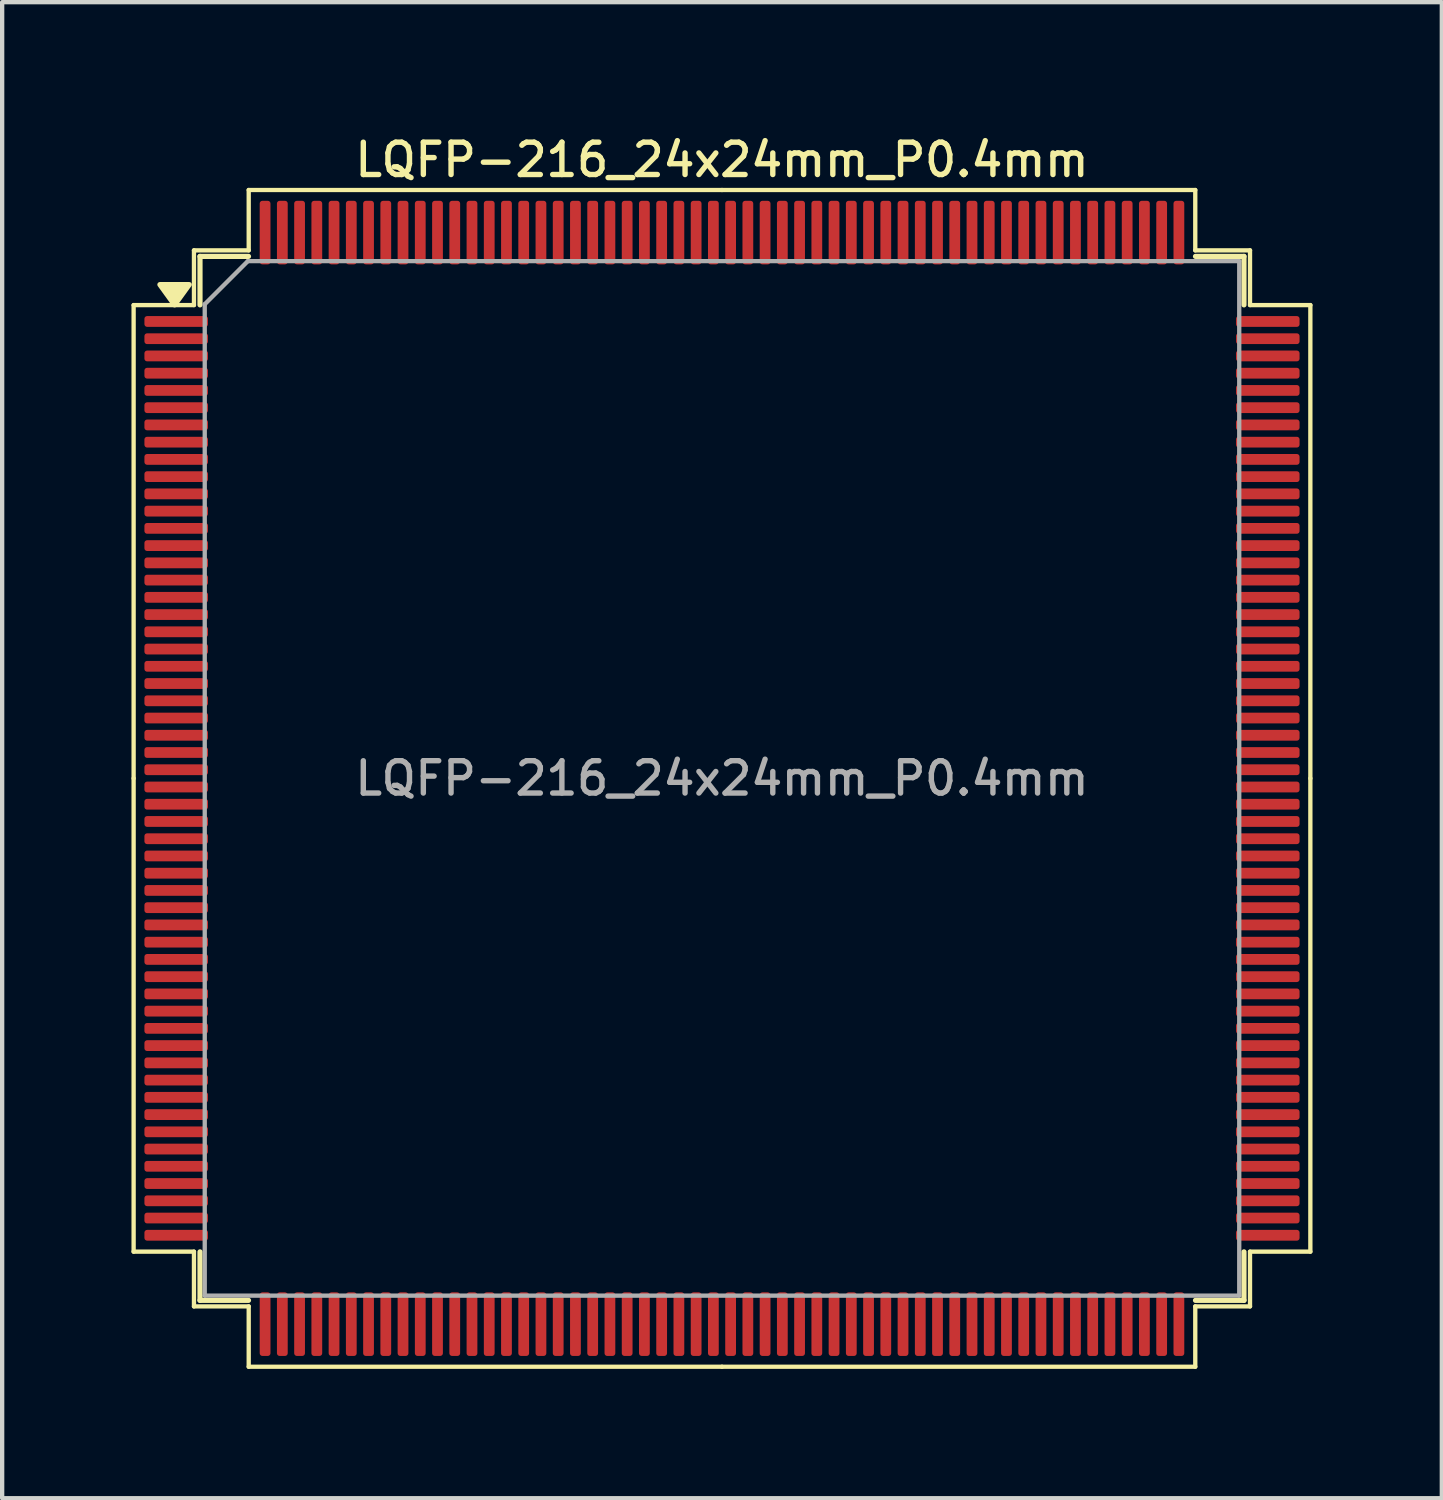
<source format=kicad_pcb>
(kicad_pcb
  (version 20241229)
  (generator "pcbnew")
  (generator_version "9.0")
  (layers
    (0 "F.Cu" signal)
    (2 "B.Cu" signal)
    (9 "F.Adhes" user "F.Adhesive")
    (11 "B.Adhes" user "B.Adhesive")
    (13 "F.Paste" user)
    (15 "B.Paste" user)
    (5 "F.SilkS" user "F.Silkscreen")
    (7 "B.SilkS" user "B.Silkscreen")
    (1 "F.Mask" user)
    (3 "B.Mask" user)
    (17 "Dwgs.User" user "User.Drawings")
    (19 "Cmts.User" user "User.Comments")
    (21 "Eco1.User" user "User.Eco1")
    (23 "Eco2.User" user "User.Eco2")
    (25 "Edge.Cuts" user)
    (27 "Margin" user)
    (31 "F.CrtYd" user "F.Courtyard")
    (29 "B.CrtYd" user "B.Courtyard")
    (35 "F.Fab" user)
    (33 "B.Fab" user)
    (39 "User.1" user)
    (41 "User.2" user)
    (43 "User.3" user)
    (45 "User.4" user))
  (footprint "LQFP-216_24x24mm_P0.4mm"
    (layer "F.Cu")
    (at 13.7 15.008)
    (property "Reference" "LQFP-216_24x24mm_P0.4mm" (at 0 -14.35 0) (layer "F.SilkS") (effects (font (size 0.75 0.75) (thickness 0.125))))
    (attr smd)
    (fp_line (start -13.65 -10.98) (end -13.65 0) (stroke (width 0.1) (type solid)) (layer "F.SilkS"))
    (fp_line (start -13.65 10.98) (end -13.65 0) (stroke (width 0.1) (type solid)) (layer "F.SilkS"))
    (fp_line (start -12.25 -12.25) (end -12.25 -10.98) (stroke (width 0.1) (type solid)) (layer "F.SilkS"))
    (fp_line (start -12.25 -10.98) (end -13.65 -10.98) (stroke (width 0.1) (type solid)) (layer "F.SilkS"))
    (fp_line (start -12.25 10.98) (end -13.65 10.98) (stroke (width 0.1) (type solid)) (layer "F.SilkS"))
    (fp_line (start -12.25 12.25) (end -12.25 10.98) (stroke (width 0.1) (type solid)) (layer "F.SilkS"))
    (fp_line (start -12.11 -12.11) (end -12.11 -10.985) (stroke (width 0.12) (type solid)) (layer "F.SilkS"))
    (fp_line (start -12.11 12.11) (end -12.11 10.985) (stroke (width 0.12) (type solid)) (layer "F.SilkS"))
    (fp_line (start -10.985 -12.11) (end -12.11 -12.11) (stroke (width 0.12) (type solid)) (layer "F.SilkS"))
    (fp_line (start -10.985 12.11) (end -12.11 12.11) (stroke (width 0.12) (type solid)) (layer "F.SilkS"))
    (fp_line (start -10.98 -13.65) (end -10.98 -12.25) (stroke (width 0.1) (type solid)) (layer "F.SilkS"))
    (fp_line (start -10.98 -12.25) (end -12.25 -12.25) (stroke (width 0.1) (type solid)) (layer "F.SilkS"))
    (fp_line (start -10.98 12.25) (end -12.25 12.25) (stroke (width 0.1) (type solid)) (layer "F.SilkS"))
    (fp_line (start -10.98 13.65) (end -10.98 12.25) (stroke (width 0.1) (type solid)) (layer "F.SilkS"))
    (fp_line (start 0 -13.65) (end -10.98 -13.65) (stroke (width 0.1) (type solid)) (layer "F.SilkS"))
    (fp_line (start 0 -13.65) (end 10.98 -13.65) (stroke (width 0.1) (type solid)) (layer "F.SilkS"))
    (fp_line (start 0 13.65) (end -10.98 13.65) (stroke (width 0.1) (type solid)) (layer "F.SilkS"))
    (fp_line (start 0 13.65) (end 10.98 13.65) (stroke (width 0.1) (type solid)) (layer "F.SilkS"))
    (fp_line (start 10.98 -13.65) (end 10.98 -12.25) (stroke (width 0.1) (type solid)) (layer "F.SilkS"))
    (fp_line (start 10.98 -12.25) (end 12.25 -12.25) (stroke (width 0.1) (type solid)) (layer "F.SilkS"))
    (fp_line (start 10.98 12.25) (end 12.25 12.25) (stroke (width 0.1) (type solid)) (layer "F.SilkS"))
    (fp_line (start 10.98 13.65) (end 10.98 12.25) (stroke (width 0.1) (type solid)) (layer "F.SilkS"))
    (fp_line (start 10.985 -12.11) (end 12.11 -12.11) (stroke (width 0.12) (type solid)) (layer "F.SilkS"))
    (fp_line (start 10.985 12.11) (end 12.11 12.11) (stroke (width 0.12) (type solid)) (layer "F.SilkS"))
    (fp_line (start 12.11 -12.11) (end 12.11 -10.985) (stroke (width 0.12) (type solid)) (layer "F.SilkS"))
    (fp_line (start 12.11 12.11) (end 12.11 10.985) (stroke (width 0.12) (type solid)) (layer "F.SilkS"))
    (fp_line (start 12.25 -12.25) (end 12.25 -10.98) (stroke (width 0.1) (type solid)) (layer "F.SilkS"))
    (fp_line (start 12.25 -10.98) (end 13.65 -10.98) (stroke (width 0.1) (type solid)) (layer "F.SilkS"))
    (fp_line (start 12.25 10.98) (end 13.65 10.98) (stroke (width 0.1) (type solid)) (layer "F.SilkS"))
    (fp_line (start 12.25 12.25) (end 12.25 10.98) (stroke (width 0.1) (type solid)) (layer "F.SilkS"))
    (fp_line (start 13.65 -10.98) (end 13.65 0) (stroke (width 0.1) (type solid)) (layer "F.SilkS"))
    (fp_line (start 13.65 10.98) (end 13.65 0) (stroke (width 0.1) (type solid)) (layer "F.SilkS"))
    (fp_poly (pts (xy -12.7 -10.985) (xy -13.04 -11.455) (xy -12.36 -11.455) (xy -12.7 -10.985)) (stroke (width 0.12) (type solid)) (fill yes) (layer "F.SilkS"))
    (fp_line (start -12 -11) (end -11 -12) (stroke (width 0.1) (type solid)) (layer "F.Fab"))
    (fp_line (start -12 12) (end -12 -11) (stroke (width 0.1) (type solid)) (layer "F.Fab"))
    (fp_line (start -11 -12) (end 12 -12) (stroke (width 0.1) (type solid)) (layer "F.Fab"))
    (fp_line (start 12 -12) (end 12 12) (stroke (width 0.1) (type solid)) (layer "F.Fab"))
    (fp_line (start 12 12) (end -12 12) (stroke (width 0.1) (type solid)) (layer "F.Fab"))
    (fp_text user "${REFERENCE}" (at 0 0 0) (layer "F.Fab") (effects (font (size 0.75 0.75) (thickness 0.125))))
    (pad "1" smd roundrect (at -12.662 -10.6) (size 1.475 0.25) (layers "F.Cu" "F.Mask" "F.Paste") (roundrect_rratio 0.25))
    (pad "2" smd roundrect (at -12.662 -10.2) (size 1.475 0.25) (layers "F.Cu" "F.Mask" "F.Paste") (roundrect_rratio 0.25))
    (pad "3" smd roundrect (at -12.662 -9.8) (size 1.475 0.25) (layers "F.Cu" "F.Mask" "F.Paste") (roundrect_rratio 0.25))
    (pad "4" smd roundrect (at -12.662 -9.4) (size 1.475 0.25) (layers "F.Cu" "F.Mask" "F.Paste") (roundrect_rratio 0.25))
    (pad "5" smd roundrect (at -12.662 -9) (size 1.475 0.25) (layers "F.Cu" "F.Mask" "F.Paste") (roundrect_rratio 0.25))
    (pad "6" smd roundrect (at -12.662 -8.6) (size 1.475 0.25) (layers "F.Cu" "F.Mask" "F.Paste") (roundrect_rratio 0.25))
    (pad "7" smd roundrect (at -12.662 -8.2) (size 1.475 0.25) (layers "F.Cu" "F.Mask" "F.Paste") (roundrect_rratio 0.25))
    (pad "8" smd roundrect (at -12.662 -7.8) (size 1.475 0.25) (layers "F.Cu" "F.Mask" "F.Paste") (roundrect_rratio 0.25))
    (pad "9" smd roundrect (at -12.662 -7.4) (size 1.475 0.25) (layers "F.Cu" "F.Mask" "F.Paste") (roundrect_rratio 0.25))
    (pad "10" smd roundrect (at -12.662 -7) (size 1.475 0.25) (layers "F.Cu" "F.Mask" "F.Paste") (roundrect_rratio 0.25))
    (pad "11" smd roundrect (at -12.662 -6.6) (size 1.475 0.25) (layers "F.Cu" "F.Mask" "F.Paste") (roundrect_rratio 0.25))
    (pad "12" smd roundrect (at -12.662 -6.2) (size 1.475 0.25) (layers "F.Cu" "F.Mask" "F.Paste") (roundrect_rratio 0.25))
    (pad "13" smd roundrect (at -12.662 -5.8) (size 1.475 0.25) (layers "F.Cu" "F.Mask" "F.Paste") (roundrect_rratio 0.25))
    (pad "14" smd roundrect (at -12.662 -5.4) (size 1.475 0.25) (layers "F.Cu" "F.Mask" "F.Paste") (roundrect_rratio 0.25))
    (pad "15" smd roundrect (at -12.662 -5) (size 1.475 0.25) (layers "F.Cu" "F.Mask" "F.Paste") (roundrect_rratio 0.25))
    (pad "16" smd roundrect (at -12.662 -4.6) (size 1.475 0.25) (layers "F.Cu" "F.Mask" "F.Paste") (roundrect_rratio 0.25))
    (pad "17" smd roundrect (at -12.662 -4.2) (size 1.475 0.25) (layers "F.Cu" "F.Mask" "F.Paste") (roundrect_rratio 0.25))
    (pad "18" smd roundrect (at -12.662 -3.8) (size 1.475 0.25) (layers "F.Cu" "F.Mask" "F.Paste") (roundrect_rratio 0.25))
    (pad "19" smd roundrect (at -12.662 -3.4) (size 1.475 0.25) (layers "F.Cu" "F.Mask" "F.Paste") (roundrect_rratio 0.25))
    (pad "20" smd roundrect (at -12.662 -3) (size 1.475 0.25) (layers "F.Cu" "F.Mask" "F.Paste") (roundrect_rratio 0.25))
    (pad "21" smd roundrect (at -12.662 -2.6) (size 1.475 0.25) (layers "F.Cu" "F.Mask" "F.Paste") (roundrect_rratio 0.25))
    (pad "22" smd roundrect (at -12.662 -2.2) (size 1.475 0.25) (layers "F.Cu" "F.Mask" "F.Paste") (roundrect_rratio 0.25))
    (pad "23" smd roundrect (at -12.662 -1.8) (size 1.475 0.25) (layers "F.Cu" "F.Mask" "F.Paste") (roundrect_rratio 0.25))
    (pad "24" smd roundrect (at -12.662 -1.4) (size 1.475 0.25) (layers "F.Cu" "F.Mask" "F.Paste") (roundrect_rratio 0.25))
    (pad "25" smd roundrect (at -12.662 -1) (size 1.475 0.25) (layers "F.Cu" "F.Mask" "F.Paste") (roundrect_rratio 0.25))
    (pad "26" smd roundrect (at -12.662 -0.6) (size 1.475 0.25) (layers "F.Cu" "F.Mask" "F.Paste") (roundrect_rratio 0.25))
    (pad "27" smd roundrect (at -12.662 -0.2) (size 1.475 0.25) (layers "F.Cu" "F.Mask" "F.Paste") (roundrect_rratio 0.25))
    (pad "28" smd roundrect (at -12.662 0.2) (size 1.475 0.25) (layers "F.Cu" "F.Mask" "F.Paste") (roundrect_rratio 0.25))
    (pad "29" smd roundrect (at -12.662 0.6) (size 1.475 0.25) (layers "F.Cu" "F.Mask" "F.Paste") (roundrect_rratio 0.25))
    (pad "30" smd roundrect (at -12.662 1) (size 1.475 0.25) (layers "F.Cu" "F.Mask" "F.Paste") (roundrect_rratio 0.25))
    (pad "31" smd roundrect (at -12.662 1.4) (size 1.475 0.25) (layers "F.Cu" "F.Mask" "F.Paste") (roundrect_rratio 0.25))
    (pad "32" smd roundrect (at -12.662 1.8) (size 1.475 0.25) (layers "F.Cu" "F.Mask" "F.Paste") (roundrect_rratio 0.25))
    (pad "33" smd roundrect (at -12.662 2.2) (size 1.475 0.25) (layers "F.Cu" "F.Mask" "F.Paste") (roundrect_rratio 0.25))
    (pad "34" smd roundrect (at -12.662 2.6) (size 1.475 0.25) (layers "F.Cu" "F.Mask" "F.Paste") (roundrect_rratio 0.25))
    (pad "35" smd roundrect (at -12.662 3) (size 1.475 0.25) (layers "F.Cu" "F.Mask" "F.Paste") (roundrect_rratio 0.25))
    (pad "36" smd roundrect (at -12.662 3.4) (size 1.475 0.25) (layers "F.Cu" "F.Mask" "F.Paste") (roundrect_rratio 0.25))
    (pad "37" smd roundrect (at -12.662 3.8) (size 1.475 0.25) (layers "F.Cu" "F.Mask" "F.Paste") (roundrect_rratio 0.25))
    (pad "38" smd roundrect (at -12.662 4.2) (size 1.475 0.25) (layers "F.Cu" "F.Mask" "F.Paste") (roundrect_rratio 0.25))
    (pad "39" smd roundrect (at -12.662 4.6) (size 1.475 0.25) (layers "F.Cu" "F.Mask" "F.Paste") (roundrect_rratio 0.25))
    (pad "40" smd roundrect (at -12.662 5) (size 1.475 0.25) (layers "F.Cu" "F.Mask" "F.Paste") (roundrect_rratio 0.25))
    (pad "41" smd roundrect (at -12.662 5.4) (size 1.475 0.25) (layers "F.Cu" "F.Mask" "F.Paste") (roundrect_rratio 0.25))
    (pad "42" smd roundrect (at -12.662 5.8) (size 1.475 0.25) (layers "F.Cu" "F.Mask" "F.Paste") (roundrect_rratio 0.25))
    (pad "43" smd roundrect (at -12.662 6.2) (size 1.475 0.25) (layers "F.Cu" "F.Mask" "F.Paste") (roundrect_rratio 0.25))
    (pad "44" smd roundrect (at -12.662 6.6) (size 1.475 0.25) (layers "F.Cu" "F.Mask" "F.Paste") (roundrect_rratio 0.25))
    (pad "45" smd roundrect (at -12.662 7) (size 1.475 0.25) (layers "F.Cu" "F.Mask" "F.Paste") (roundrect_rratio 0.25))
    (pad "46" smd roundrect (at -12.662 7.4) (size 1.475 0.25) (layers "F.Cu" "F.Mask" "F.Paste") (roundrect_rratio 0.25))
    (pad "47" smd roundrect (at -12.662 7.8) (size 1.475 0.25) (layers "F.Cu" "F.Mask" "F.Paste") (roundrect_rratio 0.25))
    (pad "48" smd roundrect (at -12.662 8.2) (size 1.475 0.25) (layers "F.Cu" "F.Mask" "F.Paste") (roundrect_rratio 0.25))
    (pad "49" smd roundrect (at -12.662 8.6) (size 1.475 0.25) (layers "F.Cu" "F.Mask" "F.Paste") (roundrect_rratio 0.25))
    (pad "50" smd roundrect (at -12.662 9) (size 1.475 0.25) (layers "F.Cu" "F.Mask" "F.Paste") (roundrect_rratio 0.25))
    (pad "51" smd roundrect (at -12.662 9.4) (size 1.475 0.25) (layers "F.Cu" "F.Mask" "F.Paste") (roundrect_rratio 0.25))
    (pad "52" smd roundrect (at -12.662 9.8) (size 1.475 0.25) (layers "F.Cu" "F.Mask" "F.Paste") (roundrect_rratio 0.25))
    (pad "53" smd roundrect (at -12.662 10.2) (size 1.475 0.25) (layers "F.Cu" "F.Mask" "F.Paste") (roundrect_rratio 0.25))
    (pad "54" smd roundrect (at -12.662 10.6) (size 1.475 0.25) (layers "F.Cu" "F.Mask" "F.Paste") (roundrect_rratio 0.25))
    (pad "55" smd roundrect (at -10.6 12.662) (size 0.25 1.475) (layers "F.Cu" "F.Mask" "F.Paste") (roundrect_rratio 0.25))
    (pad "56" smd roundrect (at -10.2 12.662) (size 0.25 1.475) (layers "F.Cu" "F.Mask" "F.Paste") (roundrect_rratio 0.25))
    (pad "57" smd roundrect (at -9.8 12.662) (size 0.25 1.475) (layers "F.Cu" "F.Mask" "F.Paste") (roundrect_rratio 0.25))
    (pad "58" smd roundrect (at -9.4 12.662) (size 0.25 1.475) (layers "F.Cu" "F.Mask" "F.Paste") (roundrect_rratio 0.25))
    (pad "59" smd roundrect (at -9 12.662) (size 0.25 1.475) (layers "F.Cu" "F.Mask" "F.Paste") (roundrect_rratio 0.25))
    (pad "60" smd roundrect (at -8.6 12.662) (size 0.25 1.475) (layers "F.Cu" "F.Mask" "F.Paste") (roundrect_rratio 0.25))
    (pad "61" smd roundrect (at -8.2 12.662) (size 0.25 1.475) (layers "F.Cu" "F.Mask" "F.Paste") (roundrect_rratio 0.25))
    (pad "62" smd roundrect (at -7.8 12.662) (size 0.25 1.475) (layers "F.Cu" "F.Mask" "F.Paste") (roundrect_rratio 0.25))
    (pad "63" smd roundrect (at -7.4 12.662) (size 0.25 1.475) (layers "F.Cu" "F.Mask" "F.Paste") (roundrect_rratio 0.25))
    (pad "64" smd roundrect (at -7 12.662) (size 0.25 1.475) (layers "F.Cu" "F.Mask" "F.Paste") (roundrect_rratio 0.25))
    (pad "65" smd roundrect (at -6.6 12.662) (size 0.25 1.475) (layers "F.Cu" "F.Mask" "F.Paste") (roundrect_rratio 0.25))
    (pad "66" smd roundrect (at -6.2 12.662) (size 0.25 1.475) (layers "F.Cu" "F.Mask" "F.Paste") (roundrect_rratio 0.25))
    (pad "67" smd roundrect (at -5.8 12.662) (size 0.25 1.475) (layers "F.Cu" "F.Mask" "F.Paste") (roundrect_rratio 0.25))
    (pad "68" smd roundrect (at -5.4 12.662) (size 0.25 1.475) (layers "F.Cu" "F.Mask" "F.Paste") (roundrect_rratio 0.25))
    (pad "69" smd roundrect (at -5 12.662) (size 0.25 1.475) (layers "F.Cu" "F.Mask" "F.Paste") (roundrect_rratio 0.25))
    (pad "70" smd roundrect (at -4.6 12.662) (size 0.25 1.475) (layers "F.Cu" "F.Mask" "F.Paste") (roundrect_rratio 0.25))
    (pad "71" smd roundrect (at -4.2 12.662) (size 0.25 1.475) (layers "F.Cu" "F.Mask" "F.Paste") (roundrect_rratio 0.25))
    (pad "72" smd roundrect (at -3.8 12.662) (size 0.25 1.475) (layers "F.Cu" "F.Mask" "F.Paste") (roundrect_rratio 0.25))
    (pad "73" smd roundrect (at -3.4 12.662) (size 0.25 1.475) (layers "F.Cu" "F.Mask" "F.Paste") (roundrect_rratio 0.25))
    (pad "74" smd roundrect (at -3 12.662) (size 0.25 1.475) (layers "F.Cu" "F.Mask" "F.Paste") (roundrect_rratio 0.25))
    (pad "75" smd roundrect (at -2.6 12.662) (size 0.25 1.475) (layers "F.Cu" "F.Mask" "F.Paste") (roundrect_rratio 0.25))
    (pad "76" smd roundrect (at -2.2 12.662) (size 0.25 1.475) (layers "F.Cu" "F.Mask" "F.Paste") (roundrect_rratio 0.25))
    (pad "77" smd roundrect (at -1.8 12.662) (size 0.25 1.475) (layers "F.Cu" "F.Mask" "F.Paste") (roundrect_rratio 0.25))
    (pad "78" smd roundrect (at -1.4 12.662) (size 0.25 1.475) (layers "F.Cu" "F.Mask" "F.Paste") (roundrect_rratio 0.25))
    (pad "79" smd roundrect (at -1 12.662) (size 0.25 1.475) (layers "F.Cu" "F.Mask" "F.Paste") (roundrect_rratio 0.25))
    (pad "80" smd roundrect (at -0.6 12.662) (size 0.25 1.475) (layers "F.Cu" "F.Mask" "F.Paste") (roundrect_rratio 0.25))
    (pad "81" smd roundrect (at -0.2 12.662) (size 0.25 1.475) (layers "F.Cu" "F.Mask" "F.Paste") (roundrect_rratio 0.25))
    (pad "82" smd roundrect (at 0.2 12.662) (size 0.25 1.475) (layers "F.Cu" "F.Mask" "F.Paste") (roundrect_rratio 0.25))
    (pad "83" smd roundrect (at 0.6 12.662) (size 0.25 1.475) (layers "F.Cu" "F.Mask" "F.Paste") (roundrect_rratio 0.25))
    (pad "84" smd roundrect (at 1 12.662) (size 0.25 1.475) (layers "F.Cu" "F.Mask" "F.Paste") (roundrect_rratio 0.25))
    (pad "85" smd roundrect (at 1.4 12.662) (size 0.25 1.475) (layers "F.Cu" "F.Mask" "F.Paste") (roundrect_rratio 0.25))
    (pad "86" smd roundrect (at 1.8 12.662) (size 0.25 1.475) (layers "F.Cu" "F.Mask" "F.Paste") (roundrect_rratio 0.25))
    (pad "87" smd roundrect (at 2.2 12.662) (size 0.25 1.475) (layers "F.Cu" "F.Mask" "F.Paste") (roundrect_rratio 0.25))
    (pad "88" smd roundrect (at 2.6 12.662) (size 0.25 1.475) (layers "F.Cu" "F.Mask" "F.Paste") (roundrect_rratio 0.25))
    (pad "89" smd roundrect (at 3 12.662) (size 0.25 1.475) (layers "F.Cu" "F.Mask" "F.Paste") (roundrect_rratio 0.25))
    (pad "90" smd roundrect (at 3.4 12.662) (size 0.25 1.475) (layers "F.Cu" "F.Mask" "F.Paste") (roundrect_rratio 0.25))
    (pad "91" smd roundrect (at 3.8 12.662) (size 0.25 1.475) (layers "F.Cu" "F.Mask" "F.Paste") (roundrect_rratio 0.25))
    (pad "92" smd roundrect (at 4.2 12.662) (size 0.25 1.475) (layers "F.Cu" "F.Mask" "F.Paste") (roundrect_rratio 0.25))
    (pad "93" smd roundrect (at 4.6 12.662) (size 0.25 1.475) (layers "F.Cu" "F.Mask" "F.Paste") (roundrect_rratio 0.25))
    (pad "94" smd roundrect (at 5 12.662) (size 0.25 1.475) (layers "F.Cu" "F.Mask" "F.Paste") (roundrect_rratio 0.25))
    (pad "95" smd roundrect (at 5.4 12.662) (size 0.25 1.475) (layers "F.Cu" "F.Mask" "F.Paste") (roundrect_rratio 0.25))
    (pad "96" smd roundrect (at 5.8 12.662) (size 0.25 1.475) (layers "F.Cu" "F.Mask" "F.Paste") (roundrect_rratio 0.25))
    (pad "97" smd roundrect (at 6.2 12.662) (size 0.25 1.475) (layers "F.Cu" "F.Mask" "F.Paste") (roundrect_rratio 0.25))
    (pad "98" smd roundrect (at 6.6 12.662) (size 0.25 1.475) (layers "F.Cu" "F.Mask" "F.Paste") (roundrect_rratio 0.25))
    (pad "99" smd roundrect (at 7 12.662) (size 0.25 1.475) (layers "F.Cu" "F.Mask" "F.Paste") (roundrect_rratio 0.25))
    (pad "100" smd roundrect (at 7.4 12.662) (size 0.25 1.475) (layers "F.Cu" "F.Mask" "F.Paste") (roundrect_rratio 0.25))
    (pad "101" smd roundrect (at 7.8 12.662) (size 0.25 1.475) (layers "F.Cu" "F.Mask" "F.Paste") (roundrect_rratio 0.25))
    (pad "102" smd roundrect (at 8.2 12.662) (size 0.25 1.475) (layers "F.Cu" "F.Mask" "F.Paste") (roundrect_rratio 0.25))
    (pad "103" smd roundrect (at 8.6 12.662) (size 0.25 1.475) (layers "F.Cu" "F.Mask" "F.Paste") (roundrect_rratio 0.25))
    (pad "104" smd roundrect (at 9 12.662) (size 0.25 1.475) (layers "F.Cu" "F.Mask" "F.Paste") (roundrect_rratio 0.25))
    (pad "105" smd roundrect (at 9.4 12.662) (size 0.25 1.475) (layers "F.Cu" "F.Mask" "F.Paste") (roundrect_rratio 0.25))
    (pad "106" smd roundrect (at 9.8 12.662) (size 0.25 1.475) (layers "F.Cu" "F.Mask" "F.Paste") (roundrect_rratio 0.25))
    (pad "107" smd roundrect (at 10.2 12.662) (size 0.25 1.475) (layers "F.Cu" "F.Mask" "F.Paste") (roundrect_rratio 0.25))
    (pad "108" smd roundrect (at 10.6 12.662) (size 0.25 1.475) (layers "F.Cu" "F.Mask" "F.Paste") (roundrect_rratio 0.25))
    (pad "109" smd roundrect (at 12.662 10.6) (size 1.475 0.25) (layers "F.Cu" "F.Mask" "F.Paste") (roundrect_rratio 0.25))
    (pad "110" smd roundrect (at 12.662 10.2) (size 1.475 0.25) (layers "F.Cu" "F.Mask" "F.Paste") (roundrect_rratio 0.25))
    (pad "111" smd roundrect (at 12.662 9.8) (size 1.475 0.25) (layers "F.Cu" "F.Mask" "F.Paste") (roundrect_rratio 0.25))
    (pad "112" smd roundrect (at 12.662 9.4) (size 1.475 0.25) (layers "F.Cu" "F.Mask" "F.Paste") (roundrect_rratio 0.25))
    (pad "113" smd roundrect (at 12.662 9) (size 1.475 0.25) (layers "F.Cu" "F.Mask" "F.Paste") (roundrect_rratio 0.25))
    (pad "114" smd roundrect (at 12.662 8.6) (size 1.475 0.25) (layers "F.Cu" "F.Mask" "F.Paste") (roundrect_rratio 0.25))
    (pad "115" smd roundrect (at 12.662 8.2) (size 1.475 0.25) (layers "F.Cu" "F.Mask" "F.Paste") (roundrect_rratio 0.25))
    (pad "116" smd roundrect (at 12.662 7.8) (size 1.475 0.25) (layers "F.Cu" "F.Mask" "F.Paste") (roundrect_rratio 0.25))
    (pad "117" smd roundrect (at 12.662 7.4) (size 1.475 0.25) (layers "F.Cu" "F.Mask" "F.Paste") (roundrect_rratio 0.25))
    (pad "118" smd roundrect (at 12.662 7) (size 1.475 0.25) (layers "F.Cu" "F.Mask" "F.Paste") (roundrect_rratio 0.25))
    (pad "119" smd roundrect (at 12.662 6.6) (size 1.475 0.25) (layers "F.Cu" "F.Mask" "F.Paste") (roundrect_rratio 0.25))
    (pad "120" smd roundrect (at 12.662 6.2) (size 1.475 0.25) (layers "F.Cu" "F.Mask" "F.Paste") (roundrect_rratio 0.25))
    (pad "121" smd roundrect (at 12.662 5.8) (size 1.475 0.25) (layers "F.Cu" "F.Mask" "F.Paste") (roundrect_rratio 0.25))
    (pad "122" smd roundrect (at 12.662 5.4) (size 1.475 0.25) (layers "F.Cu" "F.Mask" "F.Paste") (roundrect_rratio 0.25))
    (pad "123" smd roundrect (at 12.662 5) (size 1.475 0.25) (layers "F.Cu" "F.Mask" "F.Paste") (roundrect_rratio 0.25))
    (pad "124" smd roundrect (at 12.662 4.6) (size 1.475 0.25) (layers "F.Cu" "F.Mask" "F.Paste") (roundrect_rratio 0.25))
    (pad "125" smd roundrect (at 12.662 4.2) (size 1.475 0.25) (layers "F.Cu" "F.Mask" "F.Paste") (roundrect_rratio 0.25))
    (pad "126" smd roundrect (at 12.662 3.8) (size 1.475 0.25) (layers "F.Cu" "F.Mask" "F.Paste") (roundrect_rratio 0.25))
    (pad "127" smd roundrect (at 12.662 3.4) (size 1.475 0.25) (layers "F.Cu" "F.Mask" "F.Paste") (roundrect_rratio 0.25))
    (pad "128" smd roundrect (at 12.662 3) (size 1.475 0.25) (layers "F.Cu" "F.Mask" "F.Paste") (roundrect_rratio 0.25))
    (pad "129" smd roundrect (at 12.662 2.6) (size 1.475 0.25) (layers "F.Cu" "F.Mask" "F.Paste") (roundrect_rratio 0.25))
    (pad "130" smd roundrect (at 12.662 2.2) (size 1.475 0.25) (layers "F.Cu" "F.Mask" "F.Paste") (roundrect_rratio 0.25))
    (pad "131" smd roundrect (at 12.662 1.8) (size 1.475 0.25) (layers "F.Cu" "F.Mask" "F.Paste") (roundrect_rratio 0.25))
    (pad "132" smd roundrect (at 12.662 1.4) (size 1.475 0.25) (layers "F.Cu" "F.Mask" "F.Paste") (roundrect_rratio 0.25))
    (pad "133" smd roundrect (at 12.662 1) (size 1.475 0.25) (layers "F.Cu" "F.Mask" "F.Paste") (roundrect_rratio 0.25))
    (pad "134" smd roundrect (at 12.662 0.6) (size 1.475 0.25) (layers "F.Cu" "F.Mask" "F.Paste") (roundrect_rratio 0.25))
    (pad "135" smd roundrect (at 12.662 0.2) (size 1.475 0.25) (layers "F.Cu" "F.Mask" "F.Paste") (roundrect_rratio 0.25))
    (pad "136" smd roundrect (at 12.662 -0.2) (size 1.475 0.25) (layers "F.Cu" "F.Mask" "F.Paste") (roundrect_rratio 0.25))
    (pad "137" smd roundrect (at 12.662 -0.6) (size 1.475 0.25) (layers "F.Cu" "F.Mask" "F.Paste") (roundrect_rratio 0.25))
    (pad "138" smd roundrect (at 12.662 -1) (size 1.475 0.25) (layers "F.Cu" "F.Mask" "F.Paste") (roundrect_rratio 0.25))
    (pad "139" smd roundrect (at 12.662 -1.4) (size 1.475 0.25) (layers "F.Cu" "F.Mask" "F.Paste") (roundrect_rratio 0.25))
    (pad "140" smd roundrect (at 12.662 -1.8) (size 1.475 0.25) (layers "F.Cu" "F.Mask" "F.Paste") (roundrect_rratio 0.25))
    (pad "141" smd roundrect (at 12.662 -2.2) (size 1.475 0.25) (layers "F.Cu" "F.Mask" "F.Paste") (roundrect_rratio 0.25))
    (pad "142" smd roundrect (at 12.662 -2.6) (size 1.475 0.25) (layers "F.Cu" "F.Mask" "F.Paste") (roundrect_rratio 0.25))
    (pad "143" smd roundrect (at 12.662 -3) (size 1.475 0.25) (layers "F.Cu" "F.Mask" "F.Paste") (roundrect_rratio 0.25))
    (pad "144" smd roundrect (at 12.662 -3.4) (size 1.475 0.25) (layers "F.Cu" "F.Mask" "F.Paste") (roundrect_rratio 0.25))
    (pad "145" smd roundrect (at 12.662 -3.8) (size 1.475 0.25) (layers "F.Cu" "F.Mask" "F.Paste") (roundrect_rratio 0.25))
    (pad "146" smd roundrect (at 12.662 -4.2) (size 1.475 0.25) (layers "F.Cu" "F.Mask" "F.Paste") (roundrect_rratio 0.25))
    (pad "147" smd roundrect (at 12.662 -4.6) (size 1.475 0.25) (layers "F.Cu" "F.Mask" "F.Paste") (roundrect_rratio 0.25))
    (pad "148" smd roundrect (at 12.662 -5) (size 1.475 0.25) (layers "F.Cu" "F.Mask" "F.Paste") (roundrect_rratio 0.25))
    (pad "149" smd roundrect (at 12.662 -5.4) (size 1.475 0.25) (layers "F.Cu" "F.Mask" "F.Paste") (roundrect_rratio 0.25))
    (pad "150" smd roundrect (at 12.662 -5.8) (size 1.475 0.25) (layers "F.Cu" "F.Mask" "F.Paste") (roundrect_rratio 0.25))
    (pad "151" smd roundrect (at 12.662 -6.2) (size 1.475 0.25) (layers "F.Cu" "F.Mask" "F.Paste") (roundrect_rratio 0.25))
    (pad "152" smd roundrect (at 12.662 -6.6) (size 1.475 0.25) (layers "F.Cu" "F.Mask" "F.Paste") (roundrect_rratio 0.25))
    (pad "153" smd roundrect (at 12.662 -7) (size 1.475 0.25) (layers "F.Cu" "F.Mask" "F.Paste") (roundrect_rratio 0.25))
    (pad "154" smd roundrect (at 12.662 -7.4) (size 1.475 0.25) (layers "F.Cu" "F.Mask" "F.Paste") (roundrect_rratio 0.25))
    (pad "155" smd roundrect (at 12.662 -7.8) (size 1.475 0.25) (layers "F.Cu" "F.Mask" "F.Paste") (roundrect_rratio 0.25))
    (pad "156" smd roundrect (at 12.662 -8.2) (size 1.475 0.25) (layers "F.Cu" "F.Mask" "F.Paste") (roundrect_rratio 0.25))
    (pad "157" smd roundrect (at 12.662 -8.6) (size 1.475 0.25) (layers "F.Cu" "F.Mask" "F.Paste") (roundrect_rratio 0.25))
    (pad "158" smd roundrect (at 12.662 -9) (size 1.475 0.25) (layers "F.Cu" "F.Mask" "F.Paste") (roundrect_rratio 0.25))
    (pad "159" smd roundrect (at 12.662 -9.4) (size 1.475 0.25) (layers "F.Cu" "F.Mask" "F.Paste") (roundrect_rratio 0.25))
    (pad "160" smd roundrect (at 12.662 -9.8) (size 1.475 0.25) (layers "F.Cu" "F.Mask" "F.Paste") (roundrect_rratio 0.25))
    (pad "161" smd roundrect (at 12.662 -10.2) (size 1.475 0.25) (layers "F.Cu" "F.Mask" "F.Paste") (roundrect_rratio 0.25))
    (pad "162" smd roundrect (at 12.662 -10.6) (size 1.475 0.25) (layers "F.Cu" "F.Mask" "F.Paste") (roundrect_rratio 0.25))
    (pad "163" smd roundrect (at 10.6 -12.662) (size 0.25 1.475) (layers "F.Cu" "F.Mask" "F.Paste") (roundrect_rratio 0.25))
    (pad "164" smd roundrect (at 10.2 -12.662) (size 0.25 1.475) (layers "F.Cu" "F.Mask" "F.Paste") (roundrect_rratio 0.25))
    (pad "165" smd roundrect (at 9.8 -12.662) (size 0.25 1.475) (layers "F.Cu" "F.Mask" "F.Paste") (roundrect_rratio 0.25))
    (pad "166" smd roundrect (at 9.4 -12.662) (size 0.25 1.475) (layers "F.Cu" "F.Mask" "F.Paste") (roundrect_rratio 0.25))
    (pad "167" smd roundrect (at 9 -12.662) (size 0.25 1.475) (layers "F.Cu" "F.Mask" "F.Paste") (roundrect_rratio 0.25))
    (pad "168" smd roundrect (at 8.6 -12.662) (size 0.25 1.475) (layers "F.Cu" "F.Mask" "F.Paste") (roundrect_rratio 0.25))
    (pad "169" smd roundrect (at 8.2 -12.662) (size 0.25 1.475) (layers "F.Cu" "F.Mask" "F.Paste") (roundrect_rratio 0.25))
    (pad "170" smd roundrect (at 7.8 -12.662) (size 0.25 1.475) (layers "F.Cu" "F.Mask" "F.Paste") (roundrect_rratio 0.25))
    (pad "171" smd roundrect (at 7.4 -12.662) (size 0.25 1.475) (layers "F.Cu" "F.Mask" "F.Paste") (roundrect_rratio 0.25))
    (pad "172" smd roundrect (at 7 -12.662) (size 0.25 1.475) (layers "F.Cu" "F.Mask" "F.Paste") (roundrect_rratio 0.25))
    (pad "173" smd roundrect (at 6.6 -12.662) (size 0.25 1.475) (layers "F.Cu" "F.Mask" "F.Paste") (roundrect_rratio 0.25))
    (pad "174" smd roundrect (at 6.2 -12.662) (size 0.25 1.475) (layers "F.Cu" "F.Mask" "F.Paste") (roundrect_rratio 0.25))
    (pad "175" smd roundrect (at 5.8 -12.662) (size 0.25 1.475) (layers "F.Cu" "F.Mask" "F.Paste") (roundrect_rratio 0.25))
    (pad "176" smd roundrect (at 5.4 -12.662) (size 0.25 1.475) (layers "F.Cu" "F.Mask" "F.Paste") (roundrect_rratio 0.25))
    (pad "177" smd roundrect (at 5 -12.662) (size 0.25 1.475) (layers "F.Cu" "F.Mask" "F.Paste") (roundrect_rratio 0.25))
    (pad "178" smd roundrect (at 4.6 -12.662) (size 0.25 1.475) (layers "F.Cu" "F.Mask" "F.Paste") (roundrect_rratio 0.25))
    (pad "179" smd roundrect (at 4.2 -12.662) (size 0.25 1.475) (layers "F.Cu" "F.Mask" "F.Paste") (roundrect_rratio 0.25))
    (pad "180" smd roundrect (at 3.8 -12.662) (size 0.25 1.475) (layers "F.Cu" "F.Mask" "F.Paste") (roundrect_rratio 0.25))
    (pad "181" smd roundrect (at 3.4 -12.662) (size 0.25 1.475) (layers "F.Cu" "F.Mask" "F.Paste") (roundrect_rratio 0.25))
    (pad "182" smd roundrect (at 3 -12.662) (size 0.25 1.475) (layers "F.Cu" "F.Mask" "F.Paste") (roundrect_rratio 0.25))
    (pad "183" smd roundrect (at 2.6 -12.662) (size 0.25 1.475) (layers "F.Cu" "F.Mask" "F.Paste") (roundrect_rratio 0.25))
    (pad "184" smd roundrect (at 2.2 -12.662) (size 0.25 1.475) (layers "F.Cu" "F.Mask" "F.Paste") (roundrect_rratio 0.25))
    (pad "185" smd roundrect (at 1.8 -12.662) (size 0.25 1.475) (layers "F.Cu" "F.Mask" "F.Paste") (roundrect_rratio 0.25))
    (pad "186" smd roundrect (at 1.4 -12.662) (size 0.25 1.475) (layers "F.Cu" "F.Mask" "F.Paste") (roundrect_rratio 0.25))
    (pad "187" smd roundrect (at 1 -12.662) (size 0.25 1.475) (layers "F.Cu" "F.Mask" "F.Paste") (roundrect_rratio 0.25))
    (pad "188" smd roundrect (at 0.6 -12.662) (size 0.25 1.475) (layers "F.Cu" "F.Mask" "F.Paste") (roundrect_rratio 0.25))
    (pad "189" smd roundrect (at 0.2 -12.662) (size 0.25 1.475) (layers "F.Cu" "F.Mask" "F.Paste") (roundrect_rratio 0.25))
    (pad "190" smd roundrect (at -0.2 -12.662) (size 0.25 1.475) (layers "F.Cu" "F.Mask" "F.Paste") (roundrect_rratio 0.25))
    (pad "191" smd roundrect (at -0.6 -12.662) (size 0.25 1.475) (layers "F.Cu" "F.Mask" "F.Paste") (roundrect_rratio 0.25))
    (pad "192" smd roundrect (at -1 -12.662) (size 0.25 1.475) (layers "F.Cu" "F.Mask" "F.Paste") (roundrect_rratio 0.25))
    (pad "193" smd roundrect (at -1.4 -12.662) (size 0.25 1.475) (layers "F.Cu" "F.Mask" "F.Paste") (roundrect_rratio 0.25))
    (pad "194" smd roundrect (at -1.8 -12.662) (size 0.25 1.475) (layers "F.Cu" "F.Mask" "F.Paste") (roundrect_rratio 0.25))
    (pad "195" smd roundrect (at -2.2 -12.662) (size 0.25 1.475) (layers "F.Cu" "F.Mask" "F.Paste") (roundrect_rratio 0.25))
    (pad "196" smd roundrect (at -2.6 -12.662) (size 0.25 1.475) (layers "F.Cu" "F.Mask" "F.Paste") (roundrect_rratio 0.25))
    (pad "197" smd roundrect (at -3 -12.662) (size 0.25 1.475) (layers "F.Cu" "F.Mask" "F.Paste") (roundrect_rratio 0.25))
    (pad "198" smd roundrect (at -3.4 -12.662) (size 0.25 1.475) (layers "F.Cu" "F.Mask" "F.Paste") (roundrect_rratio 0.25))
    (pad "199" smd roundrect (at -3.8 -12.662) (size 0.25 1.475) (layers "F.Cu" "F.Mask" "F.Paste") (roundrect_rratio 0.25))
    (pad "200" smd roundrect (at -4.2 -12.662) (size 0.25 1.475) (layers "F.Cu" "F.Mask" "F.Paste") (roundrect_rratio 0.25))
    (pad "201" smd roundrect (at -4.6 -12.662) (size 0.25 1.475) (layers "F.Cu" "F.Mask" "F.Paste") (roundrect_rratio 0.25))
    (pad "202" smd roundrect (at -5 -12.662) (size 0.25 1.475) (layers "F.Cu" "F.Mask" "F.Paste") (roundrect_rratio 0.25))
    (pad "203" smd roundrect (at -5.4 -12.662) (size 0.25 1.475) (layers "F.Cu" "F.Mask" "F.Paste") (roundrect_rratio 0.25))
    (pad "204" smd roundrect (at -5.8 -12.662) (size 0.25 1.475) (layers "F.Cu" "F.Mask" "F.Paste") (roundrect_rratio 0.25))
    (pad "205" smd roundrect (at -6.2 -12.662) (size 0.25 1.475) (layers "F.Cu" "F.Mask" "F.Paste") (roundrect_rratio 0.25))
    (pad "206" smd roundrect (at -6.6 -12.662) (size 0.25 1.475) (layers "F.Cu" "F.Mask" "F.Paste") (roundrect_rratio 0.25))
    (pad "207" smd roundrect (at -7 -12.662) (size 0.25 1.475) (layers "F.Cu" "F.Mask" "F.Paste") (roundrect_rratio 0.25))
    (pad "208" smd roundrect (at -7.4 -12.662) (size 0.25 1.475) (layers "F.Cu" "F.Mask" "F.Paste") (roundrect_rratio 0.25))
    (pad "209" smd roundrect (at -7.8 -12.662) (size 0.25 1.475) (layers "F.Cu" "F.Mask" "F.Paste") (roundrect_rratio 0.25))
    (pad "210" smd roundrect (at -8.2 -12.662) (size 0.25 1.475) (layers "F.Cu" "F.Mask" "F.Paste") (roundrect_rratio 0.25))
    (pad "211" smd roundrect (at -8.6 -12.662) (size 0.25 1.475) (layers "F.Cu" "F.Mask" "F.Paste") (roundrect_rratio 0.25))
    (pad "212" smd roundrect (at -9 -12.662) (size 0.25 1.475) (layers "F.Cu" "F.Mask" "F.Paste") (roundrect_rratio 0.25))
    (pad "213" smd roundrect (at -9.4 -12.662) (size 0.25 1.475) (layers "F.Cu" "F.Mask" "F.Paste") (roundrect_rratio 0.25))
    (pad "214" smd roundrect (at -9.8 -12.662) (size 0.25 1.475) (layers "F.Cu" "F.Mask" "F.Paste") (roundrect_rratio 0.25))
    (pad "215" smd roundrect (at -10.2 -12.662) (size 0.25 1.475) (layers "F.Cu" "F.Mask" "F.Paste") (roundrect_rratio 0.25))
    (pad "216" smd roundrect (at -10.6 -12.662) (size 0.25 1.475) (layers "F.Cu" "F.Mask" "F.Paste") (roundrect_rratio 0.25)))
  (gr_rect
    (start -3 -3)
    (end 30.4 31.708)
    (stroke (width 0.1) (type default))
    (fill no)
    (layer "Edge.Cuts")))
</source>
